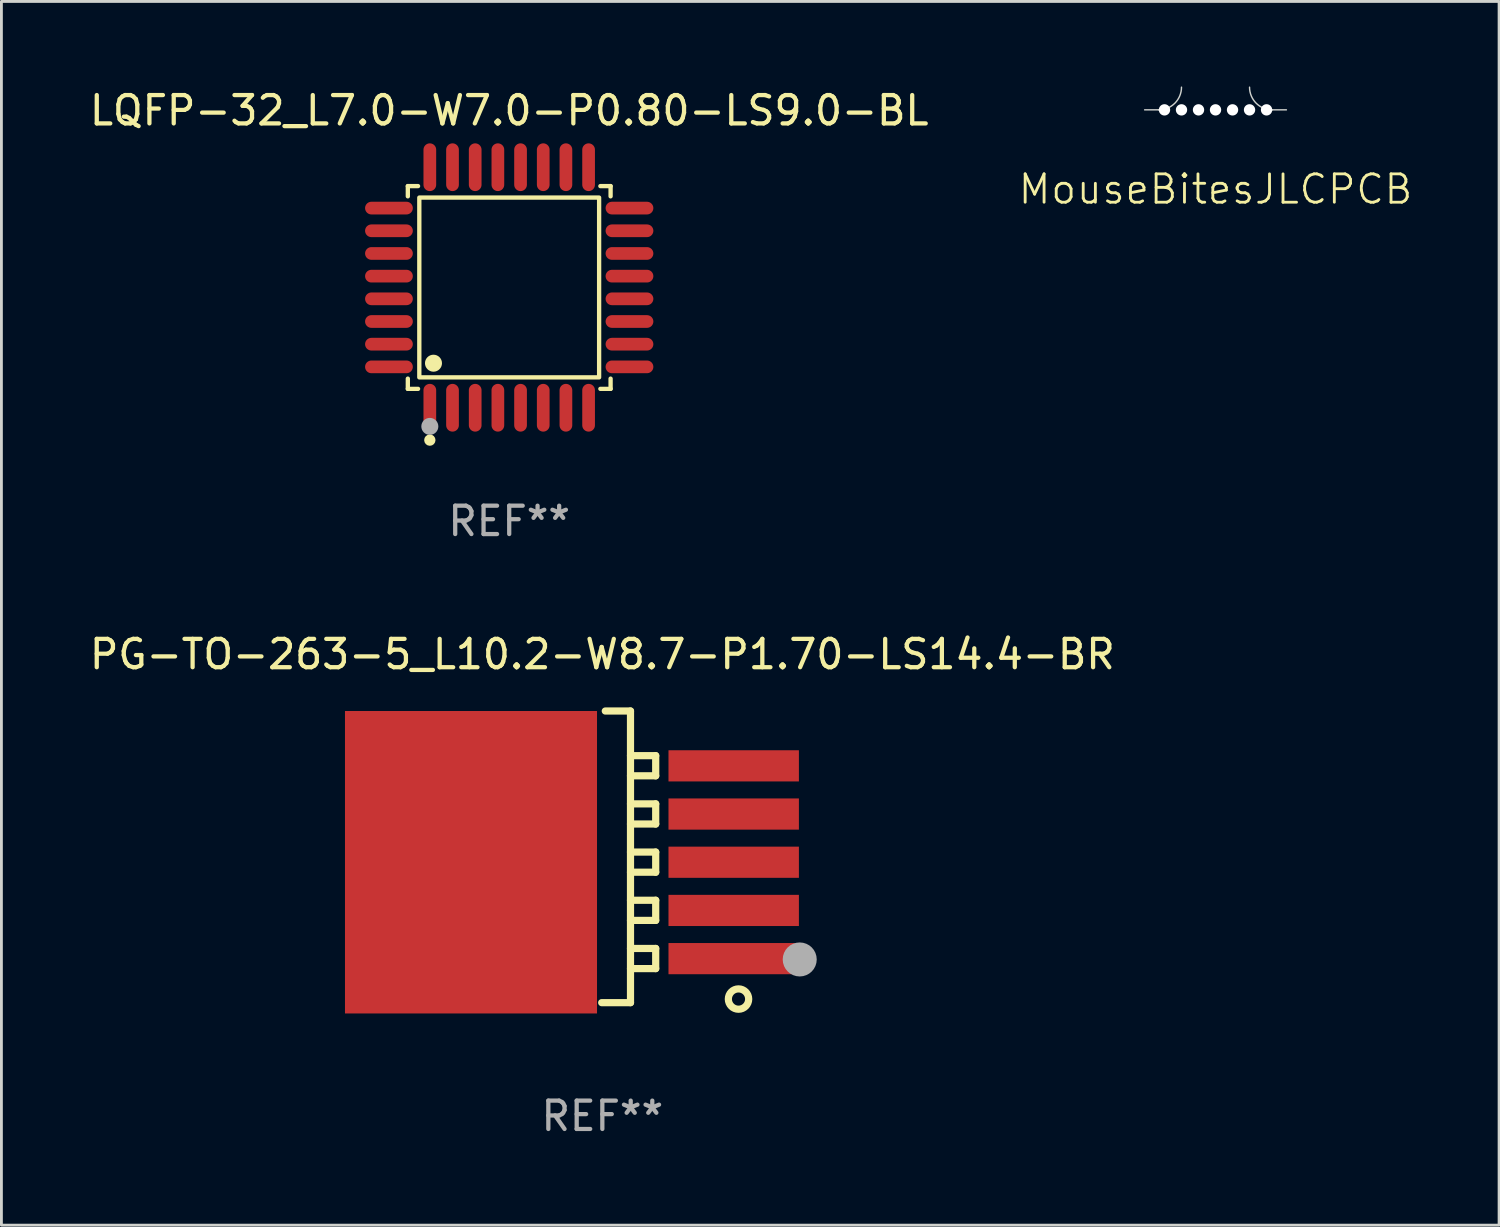
<source format=kicad_pcb>
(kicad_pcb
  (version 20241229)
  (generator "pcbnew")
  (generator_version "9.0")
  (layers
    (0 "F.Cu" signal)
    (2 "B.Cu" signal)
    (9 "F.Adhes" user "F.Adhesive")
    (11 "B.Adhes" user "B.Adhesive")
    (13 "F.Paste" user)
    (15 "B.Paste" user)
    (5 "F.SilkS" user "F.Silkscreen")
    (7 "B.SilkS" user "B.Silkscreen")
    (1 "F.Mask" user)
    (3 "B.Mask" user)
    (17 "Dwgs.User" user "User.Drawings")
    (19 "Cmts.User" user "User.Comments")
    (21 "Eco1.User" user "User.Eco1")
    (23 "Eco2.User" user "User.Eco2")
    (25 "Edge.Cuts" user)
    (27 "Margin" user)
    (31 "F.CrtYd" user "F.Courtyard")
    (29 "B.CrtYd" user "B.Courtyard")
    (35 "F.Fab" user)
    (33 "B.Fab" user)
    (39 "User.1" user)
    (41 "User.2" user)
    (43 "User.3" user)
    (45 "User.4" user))
  (footprint "PG-TO-263-5_L10.2-W8.7-P1.70-LS14.4-BR"
    (layer "F.Cu")
    (at 18.196 27.363)
    (property "Reference" "PG-TO-263-5_L10.2-W8.7-P1.70-LS14.4-BR" (at 0 -7.334 0) (layer "F.SilkS") (effects (font (size 1 1) (thickness 0.15))))
    (attr through_hole)
    (fp_line (start 0.104 -5.334) (end 0.993 -5.334) (stroke (width 0.254) (type solid)) (layer "F.SilkS"))
    (fp_line (start 0.993 -5.334) (end 0.993 4.953) (stroke (width 0.254) (type solid)) (layer "F.SilkS"))
    (fp_line (start 0.993 -3.759) (end 1.882 -3.759) (stroke (width 0.254) (type solid)) (layer "F.SilkS"))
    (fp_line (start 0.993 -2.059) (end 1.882 -2.059) (stroke (width 0.254) (type solid)) (layer "F.SilkS"))
    (fp_line (start 0.993 -0.359) (end 1.882 -0.359) (stroke (width 0.254) (type solid)) (layer "F.SilkS"))
    (fp_line (start 0.993 1.341) (end 1.882 1.341) (stroke (width 0.254) (type solid)) (layer "F.SilkS"))
    (fp_line (start 0.993 3.041) (end 1.882 3.041) (stroke (width 0.254) (type solid)) (layer "F.SilkS"))
    (fp_line (start 0.993 4.953) (end -0.023 4.953) (stroke (width 0.254) (type solid)) (layer "F.SilkS"))
    (fp_line (start 1.882 -3.759) (end 1.882 -3.048) (stroke (width 0.254) (type solid)) (layer "F.SilkS"))
    (fp_line (start 1.882 -3.048) (end 0.993 -3.048) (stroke (width 0.254) (type solid)) (layer "F.SilkS"))
    (fp_line (start 1.882 -2.059) (end 1.882 -1.348) (stroke (width 0.254) (type solid)) (layer "F.SilkS"))
    (fp_line (start 1.882 -1.348) (end 0.993 -1.348) (stroke (width 0.254) (type solid)) (layer "F.SilkS"))
    (fp_line (start 1.882 -0.359) (end 1.882 0.352) (stroke (width 0.254) (type solid)) (layer "F.SilkS"))
    (fp_line (start 1.882 0.352) (end 0.993 0.352) (stroke (width 0.254) (type solid)) (layer "F.SilkS"))
    (fp_line (start 1.882 1.341) (end 1.882 2.052) (stroke (width 0.254) (type solid)) (layer "F.SilkS"))
    (fp_line (start 1.882 2.052) (end 0.993 2.052) (stroke (width 0.254) (type solid)) (layer "F.SilkS"))
    (fp_line (start 1.882 3.041) (end 1.882 3.752) (stroke (width 0.254) (type solid)) (layer "F.SilkS"))
    (fp_line (start 1.882 3.752) (end 0.993 3.752) (stroke (width 0.254) (type solid)) (layer "F.SilkS"))
    (fp_circle (center 4.803 4.826) (end 5.162 4.826) (stroke (width 0.254) (type solid)) (fill no) (layer "F.SilkS"))
    (fp_circle (center 6.962 3.429) (end 7.262 3.429) (stroke (width 0.6) (type solid)) (fill no) (layer "F.Fab"))
    (fp_text user "REF**" (at 0 8.953 0) (layer "F.Fab") (effects (font (size 1 1) (thickness 0.15))))
    (pad "1" smd rect (at 4.633 3.4) (size 4.6 1.1) (layers "F.Cu" "F.Mask" "F.Paste"))
    (pad "2" smd rect (at 4.633 1.7) (size 4.6 1.1) (layers "F.Cu" "F.Mask" "F.Paste"))
    (pad "3" smd rect (at 4.633 -0.000127) (size 4.6 1.1) (layers "F.Cu" "F.Mask" "F.Paste"))
    (pad "4" smd rect (at 4.633 -1.7) (size 4.6 1.1) (layers "F.Cu" "F.Mask" "F.Paste"))
    (pad "5" smd rect (at 4.633 -3.4) (size 4.6 1.1) (layers "F.Cu" "F.Mask" "F.Paste"))
    (pad "6" smd rect (at -4.633 -0.000127) (size 8.89 10.668) (layers "F.Cu" "F.Mask" "F.Paste")))
  (footprint "MouseBitesJLCPCB"
    (layer "F.Cu")
    (at 39.824 0.825)
    (property "Reference" "MouseBitesJLCPCB" (at 0 2.8 0) (unlocked yes) (layer "F.SilkS") (effects (font (size 1 1) (thickness 0.1))))
    (attr smd)
    (fp_line (start -2 0) (end -2.5 0) (stroke (width 0.05) (type default)) (layer "Edge.Cuts"))
    (fp_line (start 2 0) (end 2.5 0) (stroke (width 0.05) (type default)) (layer "Edge.Cuts"))
    (fp_arc (start -1.2 -0.8) (mid -1.434315 -0.234315) (end -2 0) (stroke (width 0.05) (type default)) (layer "Edge.Cuts"))
    (fp_arc (start 2 0) (mid 1.434315 -0.234315) (end 1.2 -0.8) (stroke (width 0.05) (type default)) (layer "Edge.Cuts"))
    (pad "" np_thru_hole circle (at -1.8 0) (size 0.4 0.4) (drill 0.4) (layers "*.Cu" "*.Mask"))
    (pad "" np_thru_hole circle (at -1.2 0) (size 0.4 0.4) (drill 0.4) (layers "*.Cu" "*.Mask"))
    (pad "" np_thru_hole circle (at -0.6 0) (size 0.4 0.4) (drill 0.4) (layers "*.Cu" "*.Mask"))
    (pad "" np_thru_hole circle (at 0 0) (size 0.4 0.4) (drill 0.4) (layers "*.Cu" "*.Mask"))
    (pad "" np_thru_hole circle (at 0.6 0 180) (size 0.4 0.4) (drill 0.4) (layers "*.Cu" "*.Mask"))
    (pad "" np_thru_hole circle (at 1.2 0 180) (size 0.4 0.4) (drill 0.4) (layers "*.Cu" "*.Mask"))
    (pad "" np_thru_hole circle (at 1.8 0 180) (size 0.4 0.4) (drill 0.4) (layers "*.Cu" "*.Mask")))
  (footprint "LQFP-32_L7.0-W7.0-P0.80-LS9.0-BL"
    (layer "F.Cu")
    (at 14.911 7.09)
    (property "Reference" "LQFP-32_L7.0-W7.0-P0.80-LS9.0-BL" (at 0 -6.242 0) (layer "F.SilkS") (effects (font (size 1 1) (thickness 0.15))))
    (attr through_hole)
    (fp_line (start -3.576 -3.576) (end -3.215 -3.576) (stroke (width 0.152) (type solid)) (layer "F.SilkS"))
    (fp_line (start -3.576 -3.215) (end -3.576 -3.576) (stroke (width 0.152) (type solid)) (layer "F.SilkS"))
    (fp_line (start -3.576 3.215) (end -3.576 3.576) (stroke (width 0.152) (type solid)) (layer "F.SilkS"))
    (fp_line (start -3.576 3.576) (end -3.215 3.576) (stroke (width 0.152) (type solid)) (layer "F.SilkS"))
    (fp_line (start 3.576 -3.576) (end 3.215 -3.576) (stroke (width 0.152) (type solid)) (layer "F.SilkS"))
    (fp_line (start 3.576 -3.215) (end 3.576 -3.576) (stroke (width 0.152) (type solid)) (layer "F.SilkS"))
    (fp_line (start 3.576 3.215) (end 3.576 3.576) (stroke (width 0.152) (type solid)) (layer "F.SilkS"))
    (fp_line (start 3.576 3.576) (end 3.215 3.576) (stroke (width 0.152) (type solid)) (layer "F.SilkS"))
    (fp_rect (start -3.171 -3.171) (end 3.171 3.171) (stroke (width 0.152) (type solid)) (fill no) (layer "F.SilkS"))
    (fp_circle (center -2.8 5.384) (end -2.7 5.384) (stroke (width 0.2) (type solid)) (fill no) (layer "F.SilkS"))
    (fp_circle (center -2.671 2.671) (end -2.521 2.671) (stroke (width 0.3) (type solid)) (fill no) (layer "F.SilkS"))
    (fp_circle (center -2.8 4.9) (end -2.65 4.9) (stroke (width 0.3) (type solid)) (fill no) (layer "F.Fab"))
    (fp_text user "REF**" (at 0 8.242 0) (layer "F.Fab") (effects (font (size 1 1) (thickness 0.15))))
    (pad "1" smd oval (at -2.8 4.242) (size 0.448 1.684) (layers "F.Cu" "F.Mask" "F.Paste"))
    (pad "2" smd oval (at -2 4.242) (size 0.448 1.684) (layers "F.Cu" "F.Mask" "F.Paste"))
    (pad "3" smd oval (at -1.2 4.242) (size 0.448 1.684) (layers "F.Cu" "F.Mask" "F.Paste"))
    (pad "4" smd oval (at -0.4 4.242) (size 0.448 1.684) (layers "F.Cu" "F.Mask" "F.Paste"))
    (pad "5" smd oval (at 0.4 4.242) (size 0.448 1.684) (layers "F.Cu" "F.Mask" "F.Paste"))
    (pad "6" smd oval (at 1.2 4.242) (size 0.448 1.684) (layers "F.Cu" "F.Mask" "F.Paste"))
    (pad "7" smd oval (at 2 4.242) (size 0.448 1.684) (layers "F.Cu" "F.Mask" "F.Paste"))
    (pad "8" smd oval (at 2.8 4.242) (size 0.448 1.684) (layers "F.Cu" "F.Mask" "F.Paste"))
    (pad "9" smd oval (at 4.242 2.8) (size 1.684 0.448) (layers "F.Cu" "F.Mask" "F.Paste"))
    (pad "10" smd oval (at 4.242 2) (size 1.684 0.448) (layers "F.Cu" "F.Mask" "F.Paste"))
    (pad "11" smd oval (at 4.242 1.2) (size 1.684 0.448) (layers "F.Cu" "F.Mask" "F.Paste"))
    (pad "12" smd oval (at 4.242 0.4) (size 1.684 0.448) (layers "F.Cu" "F.Mask" "F.Paste"))
    (pad "13" smd oval (at 4.242 -0.4) (size 1.684 0.448) (layers "F.Cu" "F.Mask" "F.Paste"))
    (pad "14" smd oval (at 4.242 -1.2) (size 1.684 0.448) (layers "F.Cu" "F.Mask" "F.Paste"))
    (pad "15" smd oval (at 4.242 -2) (size 1.684 0.448) (layers "F.Cu" "F.Mask" "F.Paste"))
    (pad "16" smd oval (at 4.242 -2.8) (size 1.684 0.448) (layers "F.Cu" "F.Mask" "F.Paste"))
    (pad "17" smd oval (at 2.8 -4.242) (size 0.448 1.684) (layers "F.Cu" "F.Mask" "F.Paste"))
    (pad "18" smd oval (at 2 -4.242) (size 0.448 1.684) (layers "F.Cu" "F.Mask" "F.Paste"))
    (pad "19" smd oval (at 1.2 -4.242) (size 0.448 1.684) (layers "F.Cu" "F.Mask" "F.Paste"))
    (pad "20" smd oval (at 0.4 -4.242) (size 0.448 1.684) (layers "F.Cu" "F.Mask" "F.Paste"))
    (pad "21" smd oval (at -0.4 -4.242) (size 0.448 1.684) (layers "F.Cu" "F.Mask" "F.Paste"))
    (pad "22" smd oval (at -1.2 -4.242) (size 0.448 1.684) (layers "F.Cu" "F.Mask" "F.Paste"))
    (pad "23" smd oval (at -2 -4.242) (size 0.448 1.684) (layers "F.Cu" "F.Mask" "F.Paste"))
    (pad "24" smd oval (at -2.8 -4.242) (size 0.448 1.684) (layers "F.Cu" "F.Mask" "F.Paste"))
    (pad "25" smd oval (at -4.242 -2.8) (size 1.684 0.448) (layers "F.Cu" "F.Mask" "F.Paste"))
    (pad "26" smd oval (at -4.242 -2) (size 1.684 0.448) (layers "F.Cu" "F.Mask" "F.Paste"))
    (pad "27" smd oval (at -4.242 -1.2) (size 1.684 0.448) (layers "F.Cu" "F.Mask" "F.Paste"))
    (pad "28" smd oval (at -4.242 -0.4) (size 1.684 0.448) (layers "F.Cu" "F.Mask" "F.Paste"))
    (pad "29" smd oval (at -4.242 0.4) (size 1.684 0.448) (layers "F.Cu" "F.Mask" "F.Paste"))
    (pad "30" smd oval (at -4.242 1.2) (size 1.684 0.448) (layers "F.Cu" "F.Mask" "F.Paste"))
    (pad "31" smd oval (at -4.242 2) (size 1.684 0.448) (layers "F.Cu" "F.Mask" "F.Paste"))
    (pad "32" smd oval (at -4.242 2.8) (size 1.684 0.448) (layers "F.Cu" "F.Mask" "F.Paste")))
  (gr_rect
    (start -3 -3)
    (end 49.826 40.164)
    (stroke (width 0.1) (type default))
    (fill no)
    (layer "Edge.Cuts")))
</source>
